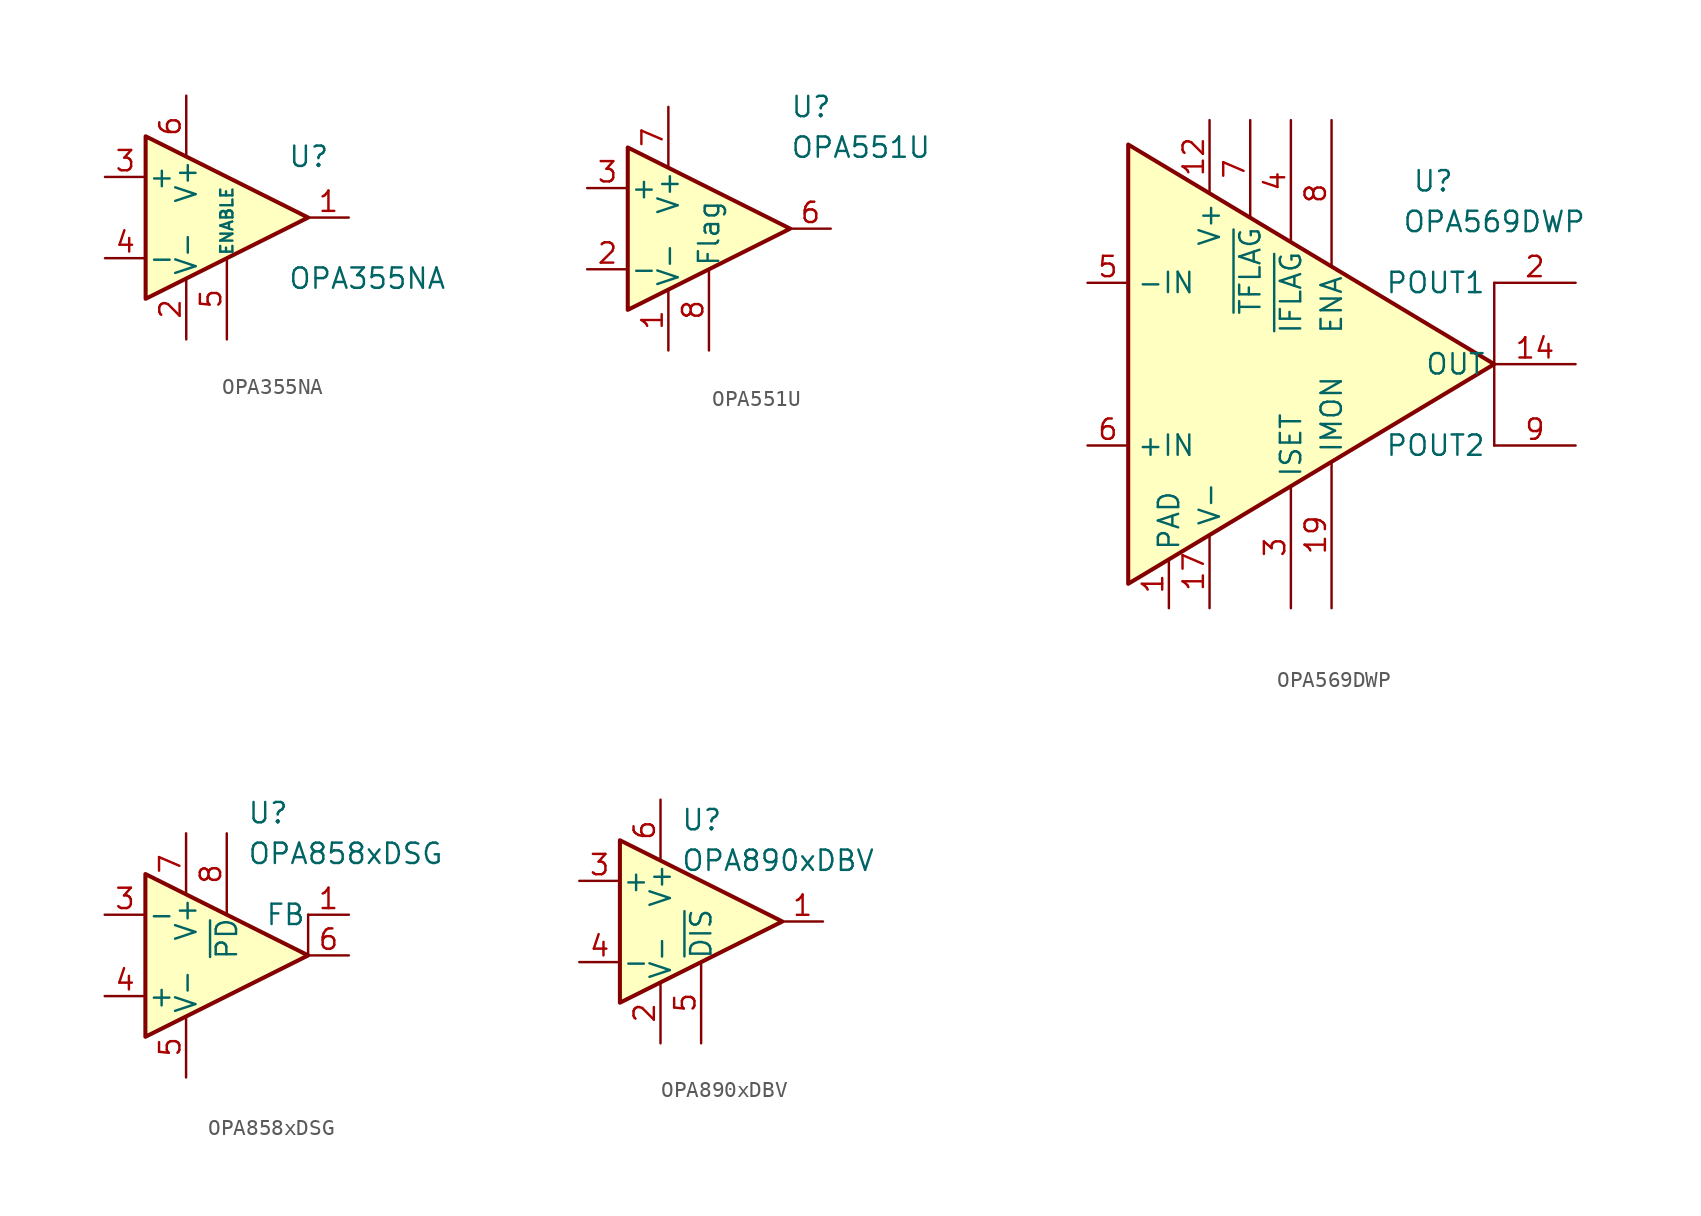
<source format=kicad_sym>
(kicad_symbol_lib
  (version 20211014)
  (generator kicad_symbol_editor)
  (symbol "OPA355NA"
    (pin_names
      (offset 0.127))
    (property "Reference" "U"
      (at 3.81 3.81 0)
      (effects (font (size 1.27 1.27)) (justify left)))
    (property "Value" "OPA355NA"
      (at 3.81 -3.81 0)
      (effects (font (size 1.27 1.27)) (justify left)))
    (symbol "OPA355NA_0_1"
      (polyline (pts (xy -5.08 5.08) (xy 5.08 0) (xy -5.08 -5.08) (xy -5.08 5.08)) (stroke (width 0.254) (type default) (color 0 0 0 0)) (fill (type background))))
    (symbol "OPA355NA_1_1"
      (pin output line (at 7.62 0 180) (length 2.54) (name "~" (effects (font (size 1.27 1.27)))) (number "1" (effects (font (size 1.27 1.27)))))
      (pin power_in line (at -2.54 -7.62 90) (length 3.81) (name "V-" (effects (font (size 1.27 1.27)))) (number "2" (effects (font (size 1.27 1.27)))))
      (pin input line (at -7.62 2.54 0) (length 2.54) (name "+" (effects (font (size 1.27 1.27)))) (number "3" (effects (font (size 1.27 1.27)))))
      (pin input line (at -7.62 -2.54 0) (length 2.54) (name "-" (effects (font (size 1.27 1.27)))) (number "4" (effects (font (size 1.27 1.27)))))
      (pin input line (at 0 -7.62 90) (length 5.08) (name "ENABLE" (effects (font (size 0.762 0.762)))) (number "5" (effects (font (size 1.27 1.27)))))
      (pin power_in line (at -2.54 7.62 270) (length 3.81) (name "V+" (effects (font (size 1.27 1.27)))) (number "6" (effects (font (size 1.27 1.27)))))))
  (symbol "OPA551U"
    (pin_names
      (offset 0.127))
    (property "Reference" "U"
      (at 5.08 7.62 0)
      (effects (font (size 1.27 1.27)) (justify left)))
    (property "Value" "OPA551U"
      (at 5.08 5.08 0)
      (effects (font (size 1.27 1.27)) (justify left)))
    (symbol "OPA551U_1_1"
      (polyline (pts (xy -5.08 5.08) (xy 5.08 0) (xy -5.08 -5.08) (xy -5.08 5.08)) (stroke (width 0.254) (type default) (color 0 0 0 0)) (fill (type background)))
      (pin power_in line (at -2.54 -7.62 90) (length 3.81) (name "V-" (effects (font (size 1.27 1.27)))) (number "1" (effects (font (size 1.27 1.27)))))
      (pin input line (at -7.62 -2.54 0) (length 2.54) (name "-" (effects (font (size 1.27 1.27)))) (number "2" (effects (font (size 1.27 1.27)))))
      (pin input line (at -7.62 2.54 0) (length 2.54) (name "+" (effects (font (size 1.27 1.27)))) (number "3" (effects (font (size 1.27 1.27)))))
      (pin power_in line (at -2.54 -7.62 90) (length 3.81) hide (name "V-" (effects (font (size 1.27 1.27)))) (number "4" (effects (font (size 1.27 1.27)))))
      (pin power_in line (at -2.54 -7.62 90) (length 3.81) hide (name "V-" (effects (font (size 1.27 1.27)))) (number "5" (effects (font (size 1.27 1.27)))))
      (pin output line (at 7.62 0 180) (length 2.54) (name "~" (effects (font (size 1.27 1.27)))) (number "6" (effects (font (size 1.27 1.27)))))
      (pin power_in line (at -2.54 7.62 270) (length 3.81) (name "V+" (effects (font (size 1.27 1.27)))) (number "7" (effects (font (size 1.27 1.27)))))
      (pin output line (at 0 -7.62 90) (length 5.08) (name "Flag" (effects (font (size 1.27 1.27)))) (number "8" (effects (font (size 1.27 1.27)))))))
  (symbol "OPA569DWP"
    (property "Reference" "U"
      (at 6.35 11.43 0)
      (effects (font (size 1.27 1.27))))
    (property "Value" "OPA569DWP"
      (at 10.16 8.89 0)
      (effects (font (size 1.27 1.27))))
    (symbol "OPA569DWP_0_0"
      (pin no_connect line (at -12.7 0 0) (length 2.54) hide (name "NC" (effects (font (size 1.27 1.27)))) (number "16" (effects (font (size 1.27 1.27)))))
      (pin passive line (at -10.16 -15.24 90) (length 3.048) hide (name "PAD" (effects (font (size 1.27 1.27)))) (number "21" (effects (font (size 1.27 1.27))))))
    (symbol "OPA569DWP_0_1"
      (polyline (pts (xy 10.16 5.08) (xy 10.16 -5.08)) (stroke (width 0.152) (type default) (color 0 0 0 0)) (fill (type none)))
      (polyline (pts (xy 10.16 0) (xy -12.7 -13.716) (xy -12.7 13.716) (xy 10.16 0)) (stroke (width 0.254) (type default) (color 0 0 0 0)) (fill (type background))))
    (symbol "OPA569DWP_1_1"
      (pin power_in line (at -10.16 -15.24 90) (length 3.048) (name "PAD" (effects (font (size 1.27 1.27)))) (number "1" (effects (font (size 1.27 1.27)))))
      (pin passive line (at -10.16 -15.24 90) (length 3.048) hide (name "PAD" (effects (font (size 1.27 1.27)))) (number "10" (effects (font (size 1.27 1.27)))))
      (pin passive line (at -10.16 -15.24 90) (length 3.048) hide (name "PAD" (effects (font (size 1.27 1.27)))) (number "11" (effects (font (size 1.27 1.27)))))
      (pin power_in line (at -7.62 15.24 270) (length 4.572) (name "V+" (effects (font (size 1.27 1.27)))) (number "12" (effects (font (size 1.27 1.27)))))
      (pin passive line (at -7.62 15.24 270) (length 4.572) hide (name "V+" (effects (font (size 1.27 1.27)))) (number "13" (effects (font (size 1.27 1.27)))))
      (pin output line (at 15.24 0 180) (length 5.08) (name "OUT" (effects (font (size 1.27 1.27)))) (number "14" (effects (font (size 1.27 1.27)))))
      (pin passive line (at 15.24 0 180) (length 5.08) hide (name "OUT" (effects (font (size 1.27 1.27)))) (number "15" (effects (font (size 1.27 1.27)))))
      (pin power_in line (at -7.62 -15.24 90) (length 4.572) (name "V-" (effects (font (size 1.27 1.27)))) (number "17" (effects (font (size 1.27 1.27)))))
      (pin passive line (at -7.62 -15.24 90) (length 4.572) hide (name "V-" (effects (font (size 1.27 1.27)))) (number "18" (effects (font (size 1.27 1.27)))))
      (pin output line (at 0 -15.24 90) (length 9.144) (name "IMON" (effects (font (size 1.27 1.27)))) (number "19" (effects (font (size 1.27 1.27)))))
      (pin output line (at 15.24 5.08 180) (length 5.08) (name "POUT1" (effects (font (size 1.27 1.27)))) (number "2" (effects (font (size 1.27 1.27)))))
      (pin passive line (at -10.16 -15.24 90) (length 3.048) hide (name "PAD" (effects (font (size 1.27 1.27)))) (number "20" (effects (font (size 1.27 1.27)))))
      (pin output line (at -2.54 -15.24 90) (length 7.62) (name "ISET" (effects (font (size 1.27 1.27)))) (number "3" (effects (font (size 1.27 1.27)))))
      (pin output line (at -2.54 15.24 270) (length 7.62) (name "~{IFLAG}" (effects (font (size 1.27 1.27)))) (number "4" (effects (font (size 1.27 1.27)))))
      (pin input line (at -15.24 5.08 0) (length 2.54) (name "-IN" (effects (font (size 1.27 1.27)))) (number "5" (effects (font (size 1.27 1.27)))))
      (pin input line (at -15.24 -5.08 0) (length 2.54) (name "+IN" (effects (font (size 1.27 1.27)))) (number "6" (effects (font (size 1.27 1.27)))))
      (pin output line (at -5.08 15.24 270) (length 6.096) (name "~{TFLAG}" (effects (font (size 1.27 1.27)))) (number "7" (effects (font (size 1.27 1.27)))))
      (pin input line (at 0 15.24 270) (length 9.144) (name "ENA" (effects (font (size 1.27 1.27)))) (number "8" (effects (font (size 1.27 1.27)))))
      (pin output line (at 15.24 -5.08 180) (length 5.08) (name "POUT2" (effects (font (size 1.27 1.27)))) (number "9" (effects (font (size 1.27 1.27)))))))
  (symbol "OPA858xDSG"
    (pin_names
      (offset 0.127))
    (property "Reference" "U"
      (at 1.27 8.89 0)
      (effects (font (size 1.27 1.27)) (justify left)))
    (property "Value" "OPA858xDSG"
      (at 1.27 6.35 0)
      (effects (font (size 1.27 1.27)) (justify left)))
    (symbol "OPA858xDSG_0_0"
      (pin power_in line (at -2.54 7.62 270) (length 3.81) (name "V+" (effects (font (size 1.27 1.27)))) (number "7" (effects (font (size 1.27 1.27)))))
      (pin input line (at 0 7.62 270) (length 5.08) (name "~{PD}" (effects (font (size 1.27 1.27)))) (number "8" (effects (font (size 1.27 1.27)))))
      (pin passive line (at -2.54 -7.62 90) (length 3.81) hide (name "V-" (effects (font (size 1.27 1.27)))) (number "9" (effects (font (size 1.27 1.27))))))
    (symbol "OPA858xDSG_0_1"
      (polyline (pts (xy 5.08 0) (xy 5.08 2.54)) (stroke (width 0.152) (type default) (color 0 0 0 0)) (fill (type none)))
      (polyline (pts (xy -5.08 5.08) (xy 5.08 0) (xy -5.08 -5.08) (xy -5.08 5.08)) (stroke (width 0.254) (type default) (color 0 0 0 0)) (fill (type background)))
      (pin no_connect line (at -5.08 -5.08 90) (length 3.81) hide (name "NC" (effects (font (size 1.27 1.27)))) (number "2" (effects (font (size 1.27 1.27)))))
      (pin output line (at 7.62 0 180) (length 2.54) (name "~" (effects (font (size 1.27 1.27)))) (number "6" (effects (font (size 1.27 1.27))))))
    (symbol "OPA858xDSG_1_1"
      (pin output line (at 7.62 2.54 180) (length 2.54) (name "FB" (effects (font (size 1.27 1.27)))) (number "1" (effects (font (size 1.27 1.27)))))
      (pin input line (at -7.62 2.54 0) (length 2.54) (name "-" (effects (font (size 1.27 1.27)))) (number "3" (effects (font (size 1.27 1.27)))))
      (pin input line (at -7.62 -2.54 0) (length 2.54) (name "+" (effects (font (size 1.27 1.27)))) (number "4" (effects (font (size 1.27 1.27)))))
      (pin power_in line (at -2.54 -7.62 90) (length 3.81) (name "V-" (effects (font (size 1.27 1.27)))) (number "5" (effects (font (size 1.27 1.27)))))))
  (symbol "OPA890xDBV"
    (pin_names
      (offset 0.127))
    (property "Reference" "U"
      (at -1.27 6.35 0)
      (effects (font (size 1.27 1.27)) (justify left)))
    (property "Value" "OPA890xDBV"
      (at -1.27 3.81 0)
      (effects (font (size 1.27 1.27)) (justify left)))
    (symbol "OPA890xDBV_0_1"
      (polyline (pts (xy -5.08 5.08) (xy 5.08 0) (xy -5.08 -5.08) (xy -5.08 5.08)) (stroke (width 0.254) (type default) (color 0 0 0 0)) (fill (type background)))
      (pin power_in line (at -2.54 -7.62 90) (length 3.81) (name "V-" (effects (font (size 1.27 1.27)))) (number "2" (effects (font (size 1.27 1.27)))))
      (pin power_in line (at -2.54 7.62 270) (length 3.81) (name "V+" (effects (font (size 1.27 1.27)))) (number "6" (effects (font (size 1.27 1.27))))))
    (symbol "OPA890xDBV_1_1"
      (pin output line (at 7.62 0 180) (length 2.54) (name "~" (effects (font (size 1.27 1.27)))) (number "1" (effects (font (size 1.27 1.27)))))
      (pin input line (at -7.62 2.54 0) (length 2.54) (name "+" (effects (font (size 1.27 1.27)))) (number "3" (effects (font (size 1.27 1.27)))))
      (pin input line (at -7.62 -2.54 0) (length 2.54) (name "-" (effects (font (size 1.27 1.27)))) (number "4" (effects (font (size 1.27 1.27)))))
      (pin input line (at 0 -7.62 90) (length 5.08) (name "~{DIS}" (effects (font (size 1.27 1.27)))) (number "5" (effects (font (size 1.27 1.27))))))))
</source>
